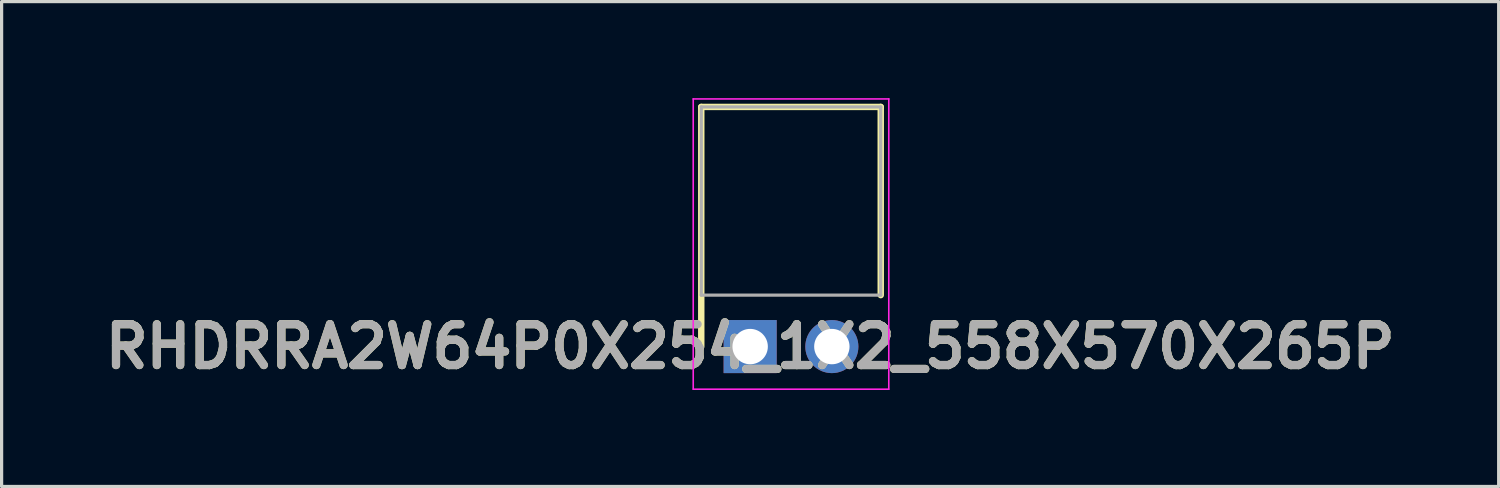
<source format=kicad_pcb>
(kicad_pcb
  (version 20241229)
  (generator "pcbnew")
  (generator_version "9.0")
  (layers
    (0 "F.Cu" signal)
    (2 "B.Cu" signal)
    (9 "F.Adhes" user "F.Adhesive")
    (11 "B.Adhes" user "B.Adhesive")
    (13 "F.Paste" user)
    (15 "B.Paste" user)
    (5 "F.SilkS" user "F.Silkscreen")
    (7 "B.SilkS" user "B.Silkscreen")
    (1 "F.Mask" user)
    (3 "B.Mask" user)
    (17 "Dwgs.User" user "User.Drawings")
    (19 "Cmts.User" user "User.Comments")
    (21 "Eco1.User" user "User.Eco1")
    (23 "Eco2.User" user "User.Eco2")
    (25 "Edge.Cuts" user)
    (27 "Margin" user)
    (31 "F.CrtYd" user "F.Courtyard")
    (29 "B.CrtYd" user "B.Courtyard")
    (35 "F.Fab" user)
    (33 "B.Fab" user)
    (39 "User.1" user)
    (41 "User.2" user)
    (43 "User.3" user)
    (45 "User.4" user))
  (footprint "RHDRRA2W64P0X254_1X2_558X570X265P"
    (layer "F.Cu")
    (at 20.272 7.725)
    (property "Reference" "RHDRRA2W64P0X254_1X2_558X570X265P" (at 0 0 0) (layer "F.SilkS") (effects (font (size 1.27 1.27) (thickness 0.254))))
    (attr through_hole)
    (fp_line (start -1.52 -7.45) (end 4.06 -7.45) (stroke (width 0.2) (type solid)) (layer "F.SilkS"))
    (fp_line (start -1.52 0) (end -1.52 -7.45) (stroke (width 0.2) (type solid)) (layer "F.SilkS"))
    (fp_line (start 4.06 -7.45) (end 4.06 -1.6) (stroke (width 0.2) (type solid)) (layer "F.SilkS"))
    (fp_line (start -1.77 -7.7) (end -1.77 1.325) (stroke (width 0.05) (type solid)) (layer "F.CrtYd"))
    (fp_line (start -1.77 1.325) (end 4.31 1.325) (stroke (width 0.05) (type solid)) (layer "F.CrtYd"))
    (fp_line (start 4.31 -7.7) (end -1.77 -7.7) (stroke (width 0.05) (type solid)) (layer "F.CrtYd"))
    (fp_line (start 4.31 1.325) (end 4.31 -7.7) (stroke (width 0.05) (type solid)) (layer "F.CrtYd"))
    (fp_line (start -1.52 -7.45) (end 4.06 -7.45) (stroke (width 0.1) (type solid)) (layer "F.Fab"))
    (fp_line (start -1.52 -1.6) (end -1.52 -7.45) (stroke (width 0.1) (type solid)) (layer "F.Fab"))
    (fp_line (start 4.06 -7.45) (end 4.06 -1.6) (stroke (width 0.1) (type solid)) (layer "F.Fab"))
    (fp_line (start 4.06 -1.6) (end -1.52 -1.6) (stroke (width 0.1) (type solid)) (layer "F.Fab"))
    (fp_text user "${REFERENCE}" (at 0 0 0) (layer "F.Fab") (effects (font (size 1.27 1.27) (thickness 0.254))))
    (pad "1" thru_hole rect (at 0 0) (size 1.65 1.65) (drill 1.1) (layers "*.Cu" "*.Mask"))
    (pad "2" thru_hole circle (at 2.54 0) (size 1.65 1.65) (drill 1.1) (layers "*.Cu" "*.Mask")))
  (gr_rect
    (start -3 -3)
    (end 43.543 12.075)
    (stroke (width 0.1) (type default))
    (fill no)
    (layer "Edge.Cuts")))
</source>
